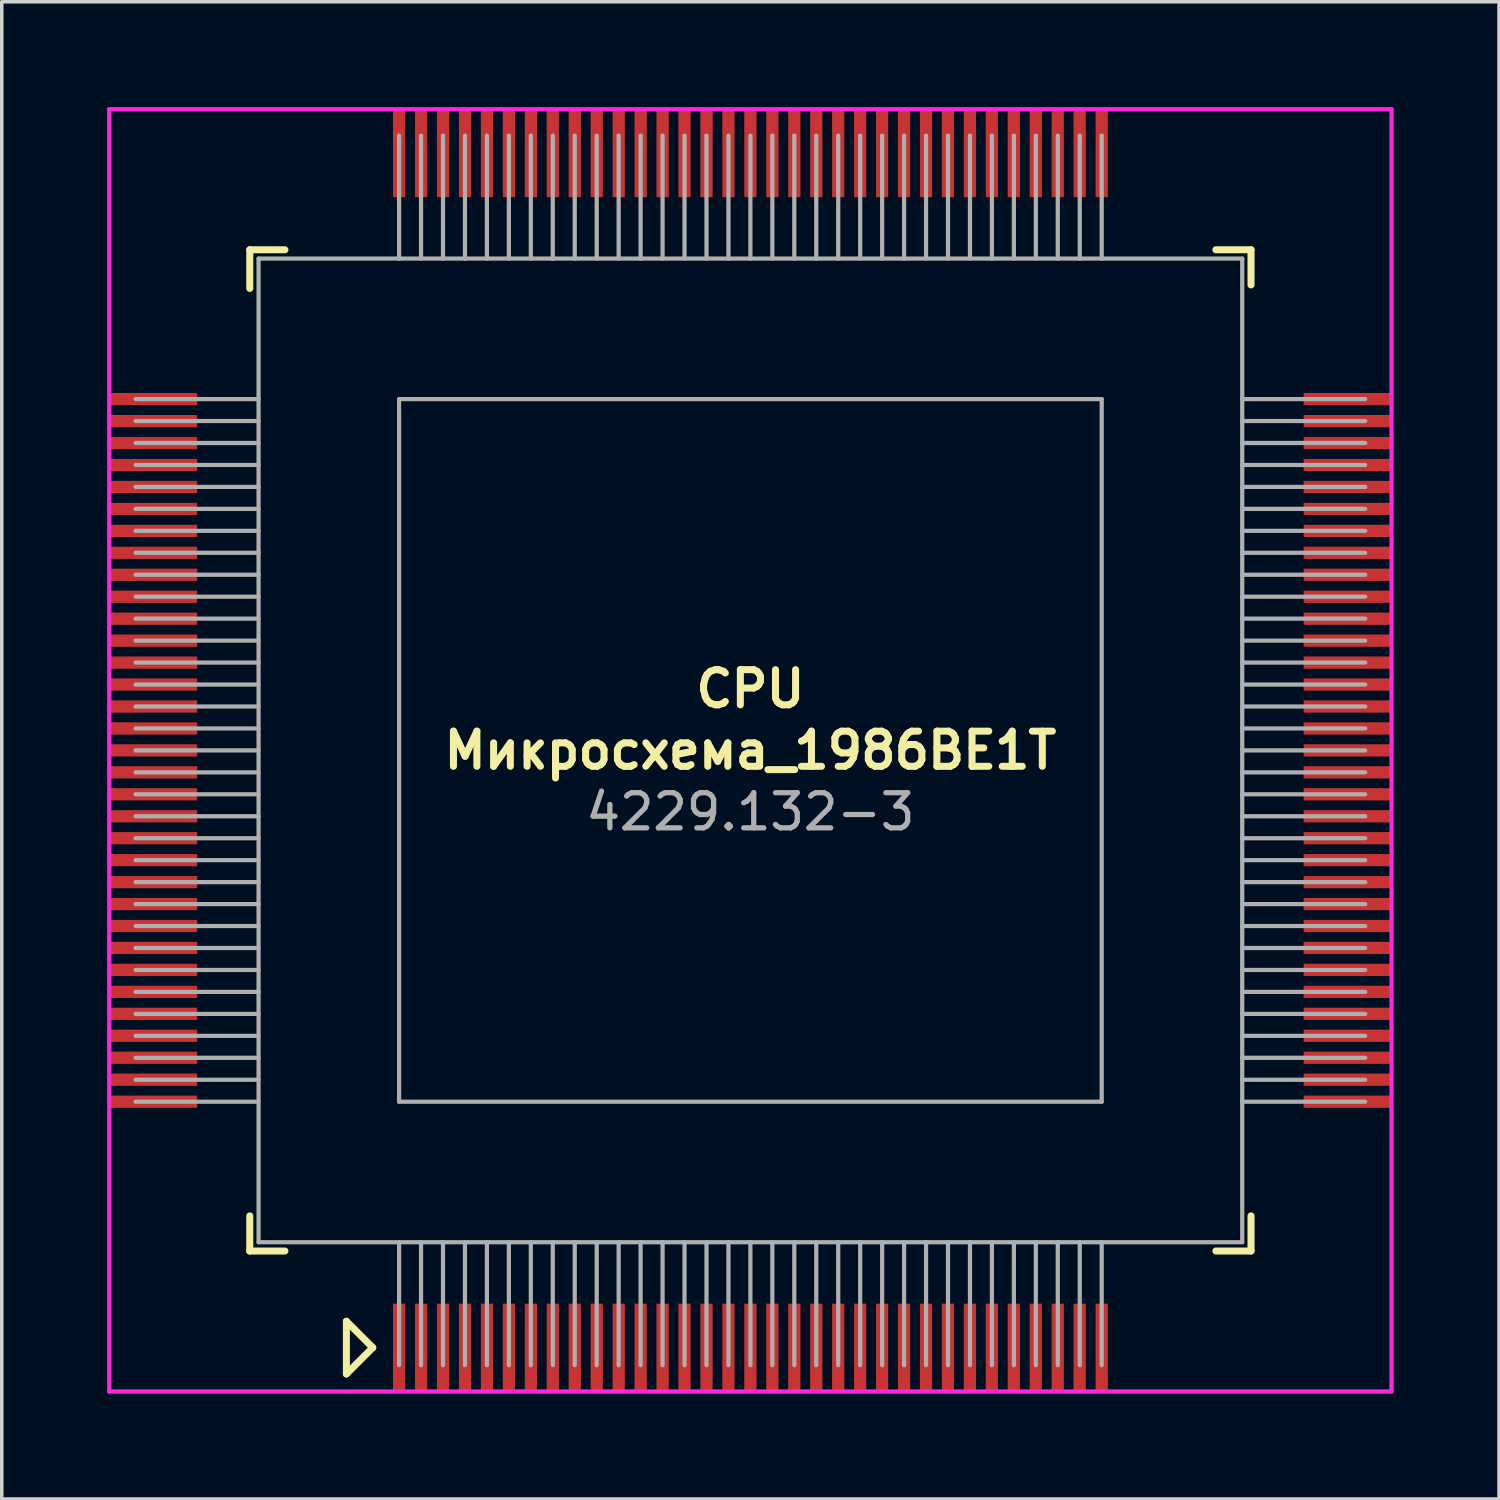
<source format=kicad_pcb>
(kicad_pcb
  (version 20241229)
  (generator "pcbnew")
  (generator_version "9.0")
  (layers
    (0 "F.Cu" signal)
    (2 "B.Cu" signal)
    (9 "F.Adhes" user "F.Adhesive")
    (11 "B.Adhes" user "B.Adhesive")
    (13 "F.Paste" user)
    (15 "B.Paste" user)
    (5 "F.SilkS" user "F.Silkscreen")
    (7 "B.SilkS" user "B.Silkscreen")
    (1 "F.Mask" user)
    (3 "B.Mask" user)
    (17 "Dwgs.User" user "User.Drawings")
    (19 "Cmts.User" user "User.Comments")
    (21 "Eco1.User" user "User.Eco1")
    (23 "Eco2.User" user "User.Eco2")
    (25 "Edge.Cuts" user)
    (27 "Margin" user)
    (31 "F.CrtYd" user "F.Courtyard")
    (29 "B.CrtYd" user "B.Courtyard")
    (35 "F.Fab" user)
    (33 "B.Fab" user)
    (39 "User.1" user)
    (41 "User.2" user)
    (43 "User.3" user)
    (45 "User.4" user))
  (footprint "Микросхема_1986ВЕ1Т"
    (layer "F.Cu")
    (at 18.31 18.31)
    (property "Reference" "Микросхема_1986ВЕ1Т" (at 0 0 0) (layer "F.SilkS") (effects (font (size 1 1) (thickness 0.2))))
    (attr smd)
    (fp_line (start -14.25 -14.25) (end -14.25 -13.15) (stroke (width 0.2) (type solid)) (layer "F.SilkS"))
    (fp_line (start -14.25 -14.25) (end -13.25 -14.25) (stroke (width 0.2) (type solid)) (layer "F.SilkS"))
    (fp_line (start -14.25 14.25) (end -14.25 13.25) (stroke (width 0.2) (type solid)) (layer "F.SilkS"))
    (fp_line (start -14.25 14.25) (end -13.25 14.25) (stroke (width 0.2) (type solid)) (layer "F.SilkS"))
    (fp_line (start -11.5 16.25) (end -11.5 17.75) (stroke (width 0.2) (type solid)) (layer "F.SilkS"))
    (fp_line (start -11.5 16.25) (end -10.75 17) (stroke (width 0.2) (type solid)) (layer "F.SilkS"))
    (fp_line (start -10.75 17) (end -11.5 17.75) (stroke (width 0.2) (type solid)) (layer "F.SilkS"))
    (fp_line (start 14.25 -14.25) (end 13.25 -14.25) (stroke (width 0.2) (type solid)) (layer "F.SilkS"))
    (fp_line (start 14.25 -14.25) (end 14.25 -13.25) (stroke (width 0.2) (type solid)) (layer "F.SilkS"))
    (fp_line (start 14.25 14.25) (end 13.25 14.25) (stroke (width 0.2) (type solid)) (layer "F.SilkS"))
    (fp_line (start 14.25 14.25) (end 14.25 13.25) (stroke (width 0.2) (type solid)) (layer "F.SilkS"))
    (fp_line (start -18.25 -18.25) (end -18.25 18.25) (stroke (width 0.12) (type solid)) (layer "F.CrtYd"))
    (fp_line (start -18.25 18.25) (end 18.25 18.25) (stroke (width 0.12) (type solid)) (layer "F.CrtYd"))
    (fp_line (start 18.25 -18.25) (end -18.25 -18.25) (stroke (width 0.12) (type solid)) (layer "F.CrtYd"))
    (fp_line (start 18.25 18.25) (end 18.25 -18.25) (stroke (width 0.12) (type solid)) (layer "F.CrtYd"))
    (fp_line (start -17.5 -10) (end -14 -10) (stroke (width 0.12) (type solid)) (layer "F.Fab"))
    (fp_line (start -17.5 -9.375) (end -14 -9.375) (stroke (width 0.12) (type solid)) (layer "F.Fab"))
    (fp_line (start -17.5 -8.75) (end -14 -8.75) (stroke (width 0.12) (type solid)) (layer "F.Fab"))
    (fp_line (start -17.5 -8.125) (end -14 -8.125) (stroke (width 0.12) (type solid)) (layer "F.Fab"))
    (fp_line (start -17.5 -7.5) (end -14 -7.5) (stroke (width 0.12) (type solid)) (layer "F.Fab"))
    (fp_line (start -17.5 -6.875) (end -14 -6.875) (stroke (width 0.12) (type solid)) (layer "F.Fab"))
    (fp_line (start -17.5 -6.25) (end -14 -6.25) (stroke (width 0.12) (type solid)) (layer "F.Fab"))
    (fp_line (start -17.5 -5.625) (end -14 -5.625) (stroke (width 0.12) (type solid)) (layer "F.Fab"))
    (fp_line (start -17.5 -5) (end -14 -5) (stroke (width 0.12) (type solid)) (layer "F.Fab"))
    (fp_line (start -17.5 -4.375) (end -14 -4.375) (stroke (width 0.12) (type solid)) (layer "F.Fab"))
    (fp_line (start -17.5 -3.75) (end -14 -3.75) (stroke (width 0.12) (type solid)) (layer "F.Fab"))
    (fp_line (start -17.5 -3.125) (end -14 -3.125) (stroke (width 0.12) (type solid)) (layer "F.Fab"))
    (fp_line (start -17.5 -2.5) (end -14 -2.5) (stroke (width 0.12) (type solid)) (layer "F.Fab"))
    (fp_line (start -17.5 -1.875) (end -14 -1.875) (stroke (width 0.12) (type solid)) (layer "F.Fab"))
    (fp_line (start -17.5 -1.25) (end -14 -1.25) (stroke (width 0.12) (type solid)) (layer "F.Fab"))
    (fp_line (start -17.5 -0.625) (end -14 -0.625) (stroke (width 0.12) (type solid)) (layer "F.Fab"))
    (fp_line (start -17.5 0) (end -14 0) (stroke (width 0.12) (type solid)) (layer "F.Fab"))
    (fp_line (start -17.5 0.625) (end -14 0.625) (stroke (width 0.12) (type solid)) (layer "F.Fab"))
    (fp_line (start -17.5 1.25) (end -14 1.25) (stroke (width 0.12) (type solid)) (layer "F.Fab"))
    (fp_line (start -17.5 1.875) (end -14 1.875) (stroke (width 0.12) (type solid)) (layer "F.Fab"))
    (fp_line (start -17.5 2.5) (end -14 2.5) (stroke (width 0.12) (type solid)) (layer "F.Fab"))
    (fp_line (start -17.5 3.125) (end -14 3.125) (stroke (width 0.12) (type solid)) (layer "F.Fab"))
    (fp_line (start -17.5 3.75) (end -14 3.75) (stroke (width 0.12) (type solid)) (layer "F.Fab"))
    (fp_line (start -17.5 4.375) (end -14 4.375) (stroke (width 0.12) (type solid)) (layer "F.Fab"))
    (fp_line (start -17.5 5) (end -14 5) (stroke (width 0.12) (type solid)) (layer "F.Fab"))
    (fp_line (start -17.5 5.625) (end -14 5.625) (stroke (width 0.12) (type solid)) (layer "F.Fab"))
    (fp_line (start -17.5 6.25) (end -14 6.25) (stroke (width 0.12) (type solid)) (layer "F.Fab"))
    (fp_line (start -17.5 6.875) (end -14 6.875) (stroke (width 0.12) (type solid)) (layer "F.Fab"))
    (fp_line (start -17.5 7.5) (end -14 7.5) (stroke (width 0.12) (type solid)) (layer "F.Fab"))
    (fp_line (start -17.5 8.125) (end -14 8.125) (stroke (width 0.12) (type solid)) (layer "F.Fab"))
    (fp_line (start -17.5 8.75) (end -14 8.75) (stroke (width 0.12) (type solid)) (layer "F.Fab"))
    (fp_line (start -17.5 9.375) (end -14 9.375) (stroke (width 0.12) (type solid)) (layer "F.Fab"))
    (fp_line (start -17.5 10) (end -14 10) (stroke (width 0.12) (type solid)) (layer "F.Fab"))
    (fp_line (start -14 -14) (end 14 -14) (stroke (width 0.12) (type solid)) (layer "F.Fab"))
    (fp_line (start -14 14) (end -14 -14) (stroke (width 0.12) (type solid)) (layer "F.Fab"))
    (fp_line (start -10 -17.5) (end -10 -14) (stroke (width 0.12) (type solid)) (layer "F.Fab"))
    (fp_line (start -10 -10) (end 10 -10) (stroke (width 0.12) (type solid)) (layer "F.Fab"))
    (fp_line (start -10 10) (end -10 -10) (stroke (width 0.12) (type solid)) (layer "F.Fab"))
    (fp_line (start -10 17.5) (end -10 14) (stroke (width 0.12) (type solid)) (layer "F.Fab"))
    (fp_line (start -9.375 -17.5) (end -9.375 -14) (stroke (width 0.12) (type solid)) (layer "F.Fab"))
    (fp_line (start -9.375 17.5) (end -9.375 14) (stroke (width 0.12) (type solid)) (layer "F.Fab"))
    (fp_line (start -8.75 -17.5) (end -8.75 -14) (stroke (width 0.12) (type solid)) (layer "F.Fab"))
    (fp_line (start -8.75 17.5) (end -8.75 14) (stroke (width 0.12) (type solid)) (layer "F.Fab"))
    (fp_line (start -8.125 -17.5) (end -8.125 -14) (stroke (width 0.12) (type solid)) (layer "F.Fab"))
    (fp_line (start -8.125 17.5) (end -8.125 14) (stroke (width 0.12) (type solid)) (layer "F.Fab"))
    (fp_line (start -7.5 -17.5) (end -7.5 -14) (stroke (width 0.12) (type solid)) (layer "F.Fab"))
    (fp_line (start -7.5 17.5) (end -7.5 14) (stroke (width 0.12) (type solid)) (layer "F.Fab"))
    (fp_line (start -6.875 -17.5) (end -6.875 -14) (stroke (width 0.12) (type solid)) (layer "F.Fab"))
    (fp_line (start -6.875 17.5) (end -6.875 14) (stroke (width 0.12) (type solid)) (layer "F.Fab"))
    (fp_line (start -6.25 -17.5) (end -6.25 -14) (stroke (width 0.12) (type solid)) (layer "F.Fab"))
    (fp_line (start -6.25 17.5) (end -6.25 14) (stroke (width 0.12) (type solid)) (layer "F.Fab"))
    (fp_line (start -5.625 -17.5) (end -5.625 -14) (stroke (width 0.12) (type solid)) (layer "F.Fab"))
    (fp_line (start -5.625 17.5) (end -5.625 14) (stroke (width 0.12) (type solid)) (layer "F.Fab"))
    (fp_line (start -5 -17.5) (end -5 -14) (stroke (width 0.12) (type solid)) (layer "F.Fab"))
    (fp_line (start -5 17.5) (end -5 14) (stroke (width 0.12) (type solid)) (layer "F.Fab"))
    (fp_line (start -4.375 -17.5) (end -4.375 -14) (stroke (width 0.12) (type solid)) (layer "F.Fab"))
    (fp_line (start -4.375 17.5) (end -4.375 14) (stroke (width 0.12) (type solid)) (layer "F.Fab"))
    (fp_line (start -3.75 -17.5) (end -3.75 -14) (stroke (width 0.12) (type solid)) (layer "F.Fab"))
    (fp_line (start -3.75 17.5) (end -3.75 14) (stroke (width 0.12) (type solid)) (layer "F.Fab"))
    (fp_line (start -3.125 -17.5) (end -3.125 -14) (stroke (width 0.12) (type solid)) (layer "F.Fab"))
    (fp_line (start -3.125 17.5) (end -3.125 14) (stroke (width 0.12) (type solid)) (layer "F.Fab"))
    (fp_line (start -2.5 -17.5) (end -2.5 -14) (stroke (width 0.12) (type solid)) (layer "F.Fab"))
    (fp_line (start -2.5 17.5) (end -2.5 14) (stroke (width 0.12) (type solid)) (layer "F.Fab"))
    (fp_line (start -1.875 -17.5) (end -1.875 -14) (stroke (width 0.12) (type solid)) (layer "F.Fab"))
    (fp_line (start -1.875 17.5) (end -1.875 14) (stroke (width 0.12) (type solid)) (layer "F.Fab"))
    (fp_line (start -1.25 -17.5) (end -1.25 -14) (stroke (width 0.12) (type solid)) (layer "F.Fab"))
    (fp_line (start -1.25 17.5) (end -1.25 14) (stroke (width 0.12) (type solid)) (layer "F.Fab"))
    (fp_line (start -0.625 -17.5) (end -0.625 -14) (stroke (width 0.12) (type solid)) (layer "F.Fab"))
    (fp_line (start -0.625 17.5) (end -0.625 14) (stroke (width 0.12) (type solid)) (layer "F.Fab"))
    (fp_line (start 0 -17.5) (end 0 -14) (stroke (width 0.12) (type solid)) (layer "F.Fab"))
    (fp_line (start 0 17.5) (end 0 14) (stroke (width 0.12) (type solid)) (layer "F.Fab"))
    (fp_line (start 0.625 -17.5) (end 0.625 -14) (stroke (width 0.12) (type solid)) (layer "F.Fab"))
    (fp_line (start 0.625 17.5) (end 0.625 14) (stroke (width 0.12) (type solid)) (layer "F.Fab"))
    (fp_line (start 1.25 -17.5) (end 1.25 -14) (stroke (width 0.12) (type solid)) (layer "F.Fab"))
    (fp_line (start 1.25 17.5) (end 1.25 14) (stroke (width 0.12) (type solid)) (layer "F.Fab"))
    (fp_line (start 1.875 -17.5) (end 1.875 -14) (stroke (width 0.12) (type solid)) (layer "F.Fab"))
    (fp_line (start 1.875 17.5) (end 1.875 14) (stroke (width 0.12) (type solid)) (layer "F.Fab"))
    (fp_line (start 2.5 -17.5) (end 2.5 -14) (stroke (width 0.12) (type solid)) (layer "F.Fab"))
    (fp_line (start 2.5 17.5) (end 2.5 14) (stroke (width 0.12) (type solid)) (layer "F.Fab"))
    (fp_line (start 3.125 -17.5) (end 3.125 -14) (stroke (width 0.12) (type solid)) (layer "F.Fab"))
    (fp_line (start 3.125 17.5) (end 3.125 14) (stroke (width 0.12) (type solid)) (layer "F.Fab"))
    (fp_line (start 3.75 -17.5) (end 3.75 -14) (stroke (width 0.12) (type solid)) (layer "F.Fab"))
    (fp_line (start 3.75 17.5) (end 3.75 14) (stroke (width 0.12) (type solid)) (layer "F.Fab"))
    (fp_line (start 4.375 -17.5) (end 4.375 -14) (stroke (width 0.12) (type solid)) (layer "F.Fab"))
    (fp_line (start 4.375 17.5) (end 4.375 14) (stroke (width 0.12) (type solid)) (layer "F.Fab"))
    (fp_line (start 5 -17.5) (end 5 -14) (stroke (width 0.12) (type solid)) (layer "F.Fab"))
    (fp_line (start 5 17.5) (end 5 14) (stroke (width 0.12) (type solid)) (layer "F.Fab"))
    (fp_line (start 5.625 -17.5) (end 5.625 -14) (stroke (width 0.12) (type solid)) (layer "F.Fab"))
    (fp_line (start 5.625 17.5) (end 5.625 14) (stroke (width 0.12) (type solid)) (layer "F.Fab"))
    (fp_line (start 6.25 -17.5) (end 6.25 -14) (stroke (width 0.12) (type solid)) (layer "F.Fab"))
    (fp_line (start 6.25 17.5) (end 6.25 14) (stroke (width 0.12) (type solid)) (layer "F.Fab"))
    (fp_line (start 6.875 -17.5) (end 6.875 -14) (stroke (width 0.12) (type solid)) (layer "F.Fab"))
    (fp_line (start 6.875 17.5) (end 6.875 14) (stroke (width 0.12) (type solid)) (layer "F.Fab"))
    (fp_line (start 7.5 -17.5) (end 7.5 -14) (stroke (width 0.12) (type solid)) (layer "F.Fab"))
    (fp_line (start 7.5 17.5) (end 7.5 14) (stroke (width 0.12) (type solid)) (layer "F.Fab"))
    (fp_line (start 8.125 -17.5) (end 8.125 -14) (stroke (width 0.12) (type solid)) (layer "F.Fab"))
    (fp_line (start 8.125 17.5) (end 8.125 14) (stroke (width 0.12) (type solid)) (layer "F.Fab"))
    (fp_line (start 8.75 -17.5) (end 8.75 -14) (stroke (width 0.12) (type solid)) (layer "F.Fab"))
    (fp_line (start 8.75 17.5) (end 8.75 14) (stroke (width 0.12) (type solid)) (layer "F.Fab"))
    (fp_line (start 9.375 -17.5) (end 9.375 -14) (stroke (width 0.12) (type solid)) (layer "F.Fab"))
    (fp_line (start 9.375 17.5) (end 9.375 14) (stroke (width 0.12) (type solid)) (layer "F.Fab"))
    (fp_line (start 10 -17.5) (end 10 -14) (stroke (width 0.12) (type solid)) (layer "F.Fab"))
    (fp_line (start 10 -10) (end 10 10) (stroke (width 0.12) (type solid)) (layer "F.Fab"))
    (fp_line (start 10 10) (end -10 10) (stroke (width 0.12) (type solid)) (layer "F.Fab"))
    (fp_line (start 10 17.5) (end 10 14) (stroke (width 0.12) (type solid)) (layer "F.Fab"))
    (fp_line (start 14 -14) (end 14 14) (stroke (width 0.12) (type solid)) (layer "F.Fab"))
    (fp_line (start 14 14) (end -14 14) (stroke (width 0.12) (type solid)) (layer "F.Fab"))
    (fp_line (start 17.5 -10) (end 14 -10) (stroke (width 0.12) (type solid)) (layer "F.Fab"))
    (fp_line (start 17.5 -9.375) (end 14 -9.375) (stroke (width 0.12) (type solid)) (layer "F.Fab"))
    (fp_line (start 17.5 -8.75) (end 14 -8.75) (stroke (width 0.12) (type solid)) (layer "F.Fab"))
    (fp_line (start 17.5 -8.125) (end 14 -8.125) (stroke (width 0.12) (type solid)) (layer "F.Fab"))
    (fp_line (start 17.5 -7.5) (end 14 -7.5) (stroke (width 0.12) (type solid)) (layer "F.Fab"))
    (fp_line (start 17.5 -6.875) (end 14 -6.875) (stroke (width 0.12) (type solid)) (layer "F.Fab"))
    (fp_line (start 17.5 -6.25) (end 14 -6.25) (stroke (width 0.12) (type solid)) (layer "F.Fab"))
    (fp_line (start 17.5 -5.625) (end 14 -5.625) (stroke (width 0.12) (type solid)) (layer "F.Fab"))
    (fp_line (start 17.5 -5) (end 14 -5) (stroke (width 0.12) (type solid)) (layer "F.Fab"))
    (fp_line (start 17.5 -4.375) (end 14 -4.375) (stroke (width 0.12) (type solid)) (layer "F.Fab"))
    (fp_line (start 17.5 -3.75) (end 14 -3.75) (stroke (width 0.12) (type solid)) (layer "F.Fab"))
    (fp_line (start 17.5 -3.125) (end 14 -3.125) (stroke (width 0.12) (type solid)) (layer "F.Fab"))
    (fp_line (start 17.5 -2.5) (end 14 -2.5) (stroke (width 0.12) (type solid)) (layer "F.Fab"))
    (fp_line (start 17.5 -1.875) (end 14 -1.875) (stroke (width 0.12) (type solid)) (layer "F.Fab"))
    (fp_line (start 17.5 -1.25) (end 14 -1.25) (stroke (width 0.12) (type solid)) (layer "F.Fab"))
    (fp_line (start 17.5 -0.625) (end 14 -0.625) (stroke (width 0.12) (type solid)) (layer "F.Fab"))
    (fp_line (start 17.5 0) (end 14 0) (stroke (width 0.12) (type solid)) (layer "F.Fab"))
    (fp_line (start 17.5 0.625) (end 14 0.625) (stroke (width 0.12) (type solid)) (layer "F.Fab"))
    (fp_line (start 17.5 1.25) (end 14 1.25) (stroke (width 0.12) (type solid)) (layer "F.Fab"))
    (fp_line (start 17.5 1.875) (end 14 1.875) (stroke (width 0.12) (type solid)) (layer "F.Fab"))
    (fp_line (start 17.5 2.5) (end 14 2.5) (stroke (width 0.12) (type solid)) (layer "F.Fab"))
    (fp_line (start 17.5 3.125) (end 14 3.125) (stroke (width 0.12) (type solid)) (layer "F.Fab"))
    (fp_line (start 17.5 3.75) (end 14 3.75) (stroke (width 0.12) (type solid)) (layer "F.Fab"))
    (fp_line (start 17.5 4.375) (end 14 4.375) (stroke (width 0.12) (type solid)) (layer "F.Fab"))
    (fp_line (start 17.5 5) (end 14 5) (stroke (width 0.12) (type solid)) (layer "F.Fab"))
    (fp_line (start 17.5 5.625) (end 14 5.625) (stroke (width 0.12) (type solid)) (layer "F.Fab"))
    (fp_line (start 17.5 6.25) (end 14 6.25) (stroke (width 0.12) (type solid)) (layer "F.Fab"))
    (fp_line (start 17.5 6.875) (end 14 6.875) (stroke (width 0.12) (type solid)) (layer "F.Fab"))
    (fp_line (start 17.5 7.5) (end 14 7.5) (stroke (width 0.12) (type solid)) (layer "F.Fab"))
    (fp_line (start 17.5 8.125) (end 14 8.125) (stroke (width 0.12) (type solid)) (layer "F.Fab"))
    (fp_line (start 17.5 8.75) (end 14 8.75) (stroke (width 0.12) (type solid)) (layer "F.Fab"))
    (fp_line (start 17.5 9.375) (end 14 9.375) (stroke (width 0.12) (type solid)) (layer "F.Fab"))
    (fp_line (start 17.5 10) (end 14 10) (stroke (width 0.12) (type solid)) (layer "F.Fab"))
    (fp_text user "CPU" (at 0 -1.75 0) (layer "F.SilkS") (effects (font (size 1 1) (thickness 0.2))))
    (fp_text user "4229.132-3" (at 0 1.75 0) (layer "F.Fab") (effects (font (size 1 1) (thickness 0.15))))
    (pad "1" smd rect (at -10 16.998) (size 0.348 2.499) (layers "F.Cu" "F.Mask" "F.Paste"))
    (pad "2" smd rect (at -9.373 16.998) (size 0.348 2.499) (layers "F.Cu" "F.Mask" "F.Paste"))
    (pad "3" smd rect (at -8.748 16.998) (size 0.348 2.499) (layers "F.Cu" "F.Mask" "F.Paste"))
    (pad "4" smd rect (at -8.123 16.998) (size 0.348 2.499) (layers "F.Cu" "F.Mask" "F.Paste"))
    (pad "5" smd rect (at -7.498 16.998) (size 0.348 2.499) (layers "F.Cu" "F.Mask" "F.Paste"))
    (pad "6" smd rect (at -6.873 16.998) (size 0.348 2.499) (layers "F.Cu" "F.Mask" "F.Paste"))
    (pad "7" smd rect (at -6.248 16.998) (size 0.348 2.499) (layers "F.Cu" "F.Mask" "F.Paste"))
    (pad "8" smd rect (at -5.624 16.998) (size 0.348 2.499) (layers "F.Cu" "F.Mask" "F.Paste"))
    (pad "9" smd rect (at -4.999 16.998) (size 0.348 2.499) (layers "F.Cu" "F.Mask" "F.Paste"))
    (pad "10" smd rect (at -4.374 16.998) (size 0.348 2.499) (layers "F.Cu" "F.Mask" "F.Paste"))
    (pad "11" smd rect (at -3.749 16.998) (size 0.348 2.499) (layers "F.Cu" "F.Mask" "F.Paste"))
    (pad "12" smd rect (at -3.124 16.998) (size 0.348 2.499) (layers "F.Cu" "F.Mask" "F.Paste"))
    (pad "13" smd rect (at -2.499 16.998) (size 0.348 2.499) (layers "F.Cu" "F.Mask" "F.Paste"))
    (pad "14" smd rect (at -1.875 16.998) (size 0.348 2.499) (layers "F.Cu" "F.Mask" "F.Paste"))
    (pad "15" smd rect (at -1.25 16.998) (size 0.348 2.499) (layers "F.Cu" "F.Mask" "F.Paste"))
    (pad "16" smd rect (at -0.625 16.998) (size 0.348 2.499) (layers "F.Cu" "F.Mask" "F.Paste"))
    (pad "17" smd rect (at 0 16.998) (size 0.348 2.499) (layers "F.Cu" "F.Mask" "F.Paste"))
    (pad "18" smd rect (at 0.625 16.998) (size 0.348 2.499) (layers "F.Cu" "F.Mask" "F.Paste"))
    (pad "19" smd rect (at 1.25 16.998) (size 0.348 2.499) (layers "F.Cu" "F.Mask" "F.Paste"))
    (pad "20" smd rect (at 1.875 16.998) (size 0.348 2.499) (layers "F.Cu" "F.Mask" "F.Paste"))
    (pad "21" smd rect (at 2.499 16.998) (size 0.348 2.499) (layers "F.Cu" "F.Mask" "F.Paste"))
    (pad "22" smd rect (at 3.124 16.998) (size 0.348 2.499) (layers "F.Cu" "F.Mask" "F.Paste"))
    (pad "23" smd rect (at 3.749 16.998) (size 0.348 2.499) (layers "F.Cu" "F.Mask" "F.Paste"))
    (pad "24" smd rect (at 4.374 16.998) (size 0.348 2.499) (layers "F.Cu" "F.Mask" "F.Paste"))
    (pad "25" smd rect (at 4.999 16.998) (size 0.348 2.499) (layers "F.Cu" "F.Mask" "F.Paste"))
    (pad "26" smd rect (at 5.624 16.998) (size 0.348 2.499) (layers "F.Cu" "F.Mask" "F.Paste"))
    (pad "27" smd rect (at 6.248 16.998) (size 0.348 2.499) (layers "F.Cu" "F.Mask" "F.Paste"))
    (pad "28" smd rect (at 6.873 16.998) (size 0.348 2.499) (layers "F.Cu" "F.Mask" "F.Paste"))
    (pad "29" smd rect (at 7.498 16.998) (size 0.348 2.499) (layers "F.Cu" "F.Mask" "F.Paste"))
    (pad "30" smd rect (at 8.123 16.998) (size 0.348 2.499) (layers "F.Cu" "F.Mask" "F.Paste"))
    (pad "31" smd rect (at 8.748 16.998) (size 0.348 2.499) (layers "F.Cu" "F.Mask" "F.Paste"))
    (pad "32" smd rect (at 9.373 16.998) (size 0.348 2.499) (layers "F.Cu" "F.Mask" "F.Paste"))
    (pad "33" smd rect (at 10 16.998) (size 0.348 2.499) (layers "F.Cu" "F.Mask" "F.Paste"))
    (pad "34" smd rect (at 16.998 10 90) (size 0.348 2.499) (layers "F.Cu" "F.Mask" "F.Paste"))
    (pad "35" smd rect (at 16.998 9.373 90) (size 0.348 2.499) (layers "F.Cu" "F.Mask" "F.Paste"))
    (pad "36" smd rect (at 16.998 8.748 90) (size 0.348 2.499) (layers "F.Cu" "F.Mask" "F.Paste"))
    (pad "37" smd rect (at 16.998 8.123 90) (size 0.348 2.499) (layers "F.Cu" "F.Mask" "F.Paste"))
    (pad "38" smd rect (at 16.998 7.498 90) (size 0.348 2.499) (layers "F.Cu" "F.Mask" "F.Paste"))
    (pad "39" smd rect (at 16.998 6.873 90) (size 0.348 2.499) (layers "F.Cu" "F.Mask" "F.Paste"))
    (pad "40" smd rect (at 16.998 6.248 90) (size 0.348 2.499) (layers "F.Cu" "F.Mask" "F.Paste"))
    (pad "41" smd rect (at 16.998 5.624 90) (size 0.348 2.499) (layers "F.Cu" "F.Mask" "F.Paste"))
    (pad "42" smd rect (at 16.998 4.999 90) (size 0.348 2.499) (layers "F.Cu" "F.Mask" "F.Paste"))
    (pad "43" smd rect (at 16.998 4.374 90) (size 0.348 2.499) (layers "F.Cu" "F.Mask" "F.Paste"))
    (pad "44" smd rect (at 16.998 3.749 90) (size 0.348 2.499) (layers "F.Cu" "F.Mask" "F.Paste"))
    (pad "45" smd rect (at 16.998 3.124 90) (size 0.348 2.499) (layers "F.Cu" "F.Mask" "F.Paste"))
    (pad "46" smd rect (at 16.998 2.499 90) (size 0.348 2.499) (layers "F.Cu" "F.Mask" "F.Paste"))
    (pad "47" smd rect (at 16.998 1.875 90) (size 0.348 2.499) (layers "F.Cu" "F.Mask" "F.Paste"))
    (pad "48" smd rect (at 16.998 1.25 90) (size 0.348 2.499) (layers "F.Cu" "F.Mask" "F.Paste"))
    (pad "49" smd rect (at 16.998 0.625 90) (size 0.348 2.499) (layers "F.Cu" "F.Mask" "F.Paste"))
    (pad "50" smd rect (at 16.998 0 90) (size 0.348 2.499) (layers "F.Cu" "F.Mask" "F.Paste"))
    (pad "51" smd rect (at 16.998 -0.625 90) (size 0.348 2.499) (layers "F.Cu" "F.Mask" "F.Paste"))
    (pad "52" smd rect (at 16.998 -1.25 90) (size 0.348 2.499) (layers "F.Cu" "F.Mask" "F.Paste"))
    (pad "53" smd rect (at 16.998 -1.875 90) (size 0.348 2.499) (layers "F.Cu" "F.Mask" "F.Paste"))
    (pad "54" smd rect (at 16.998 -2.499 90) (size 0.348 2.499) (layers "F.Cu" "F.Mask" "F.Paste"))
    (pad "55" smd rect (at 16.998 -3.124 90) (size 0.348 2.499) (layers "F.Cu" "F.Mask" "F.Paste"))
    (pad "56" smd rect (at 16.998 -3.749 90) (size 0.348 2.499) (layers "F.Cu" "F.Mask" "F.Paste"))
    (pad "57" smd rect (at 16.998 -4.374 90) (size 0.348 2.499) (layers "F.Cu" "F.Mask" "F.Paste"))
    (pad "58" smd rect (at 16.998 -4.999 90) (size 0.348 2.499) (layers "F.Cu" "F.Mask" "F.Paste"))
    (pad "59" smd rect (at 16.998 -5.624 90) (size 0.348 2.499) (layers "F.Cu" "F.Mask" "F.Paste"))
    (pad "60" smd rect (at 16.998 -6.248 90) (size 0.348 2.499) (layers "F.Cu" "F.Mask" "F.Paste"))
    (pad "61" smd rect (at 16.998 -6.873 90) (size 0.348 2.499) (layers "F.Cu" "F.Mask" "F.Paste"))
    (pad "62" smd rect (at 16.998 -7.498 90) (size 0.348 2.499) (layers "F.Cu" "F.Mask" "F.Paste"))
    (pad "63" smd rect (at 16.998 -8.123 90) (size 0.348 2.499) (layers "F.Cu" "F.Mask" "F.Paste"))
    (pad "64" smd rect (at 16.998 -8.748 90) (size 0.348 2.499) (layers "F.Cu" "F.Mask" "F.Paste"))
    (pad "65" smd rect (at 16.998 -9.373 90) (size 0.348 2.499) (layers "F.Cu" "F.Mask" "F.Paste"))
    (pad "66" smd rect (at 16.998 -10 90) (size 0.348 2.499) (layers "F.Cu" "F.Mask" "F.Paste"))
    (pad "67" smd rect (at 10 -16.998 180) (size 0.348 2.499) (layers "F.Cu" "F.Mask" "F.Paste"))
    (pad "68" smd rect (at 9.373 -16.998 180) (size 0.348 2.499) (layers "F.Cu" "F.Mask" "F.Paste"))
    (pad "69" smd rect (at 8.748 -16.998 180) (size 0.348 2.499) (layers "F.Cu" "F.Mask" "F.Paste"))
    (pad "70" smd rect (at 8.123 -16.998 180) (size 0.348 2.499) (layers "F.Cu" "F.Mask" "F.Paste"))
    (pad "71" smd rect (at 7.498 -16.998 180) (size 0.348 2.499) (layers "F.Cu" "F.Mask" "F.Paste"))
    (pad "72" smd rect (at 6.873 -16.998 180) (size 0.348 2.499) (layers "F.Cu" "F.Mask" "F.Paste"))
    (pad "73" smd rect (at 6.248 -16.998 180) (size 0.348 2.499) (layers "F.Cu" "F.Mask" "F.Paste"))
    (pad "74" smd rect (at 5.624 -16.998 180) (size 0.348 2.499) (layers "F.Cu" "F.Mask" "F.Paste"))
    (pad "75" smd rect (at 4.999 -16.998 180) (size 0.348 2.499) (layers "F.Cu" "F.Mask" "F.Paste"))
    (pad "76" smd rect (at 4.374 -16.998 180) (size 0.348 2.499) (layers "F.Cu" "F.Mask" "F.Paste"))
    (pad "77" smd rect (at 3.749 -16.998 180) (size 0.348 2.499) (layers "F.Cu" "F.Mask" "F.Paste"))
    (pad "78" smd rect (at 3.124 -16.998 180) (size 0.348 2.499) (layers "F.Cu" "F.Mask" "F.Paste"))
    (pad "79" smd rect (at 2.499 -16.998 180) (size 0.348 2.499) (layers "F.Cu" "F.Mask" "F.Paste"))
    (pad "80" smd rect (at 1.875 -16.998 180) (size 0.348 2.499) (layers "F.Cu" "F.Mask" "F.Paste"))
    (pad "81" smd rect (at 1.25 -16.998 180) (size 0.348 2.499) (layers "F.Cu" "F.Mask" "F.Paste"))
    (pad "82" smd rect (at 0.625 -16.998 180) (size 0.348 2.499) (layers "F.Cu" "F.Mask" "F.Paste"))
    (pad "83" smd rect (at 0 -16.998 180) (size 0.348 2.499) (layers "F.Cu" "F.Mask" "F.Paste"))
    (pad "84" smd rect (at -0.625 -16.998 180) (size 0.348 2.499) (layers "F.Cu" "F.Mask" "F.Paste"))
    (pad "85" smd rect (at -1.25 -16.998 180) (size 0.348 2.499) (layers "F.Cu" "F.Mask" "F.Paste"))
    (pad "86" smd rect (at -1.875 -16.998 180) (size 0.348 2.499) (layers "F.Cu" "F.Mask" "F.Paste"))
    (pad "87" smd rect (at -2.499 -16.998 180) (size 0.348 2.499) (layers "F.Cu" "F.Mask" "F.Paste"))
    (pad "88" smd rect (at -3.124 -16.998 180) (size 0.348 2.499) (layers "F.Cu" "F.Mask" "F.Paste"))
    (pad "89" smd rect (at -3.749 -16.998 180) (size 0.348 2.499) (layers "F.Cu" "F.Mask" "F.Paste"))
    (pad "90" smd rect (at -4.374 -16.998 180) (size 0.348 2.499) (layers "F.Cu" "F.Mask" "F.Paste"))
    (pad "91" smd rect (at -4.999 -16.998 180) (size 0.348 2.499) (layers "F.Cu" "F.Mask" "F.Paste"))
    (pad "92" smd rect (at -5.624 -16.998 180) (size 0.348 2.499) (layers "F.Cu" "F.Mask" "F.Paste"))
    (pad "93" smd rect (at -6.248 -16.998 180) (size 0.348 2.499) (layers "F.Cu" "F.Mask" "F.Paste"))
    (pad "94" smd rect (at -6.873 -16.998 180) (size 0.348 2.499) (layers "F.Cu" "F.Mask" "F.Paste"))
    (pad "95" smd rect (at -7.498 -16.998 180) (size 0.348 2.499) (layers "F.Cu" "F.Mask" "F.Paste"))
    (pad "96" smd rect (at -8.123 -16.998 180) (size 0.348 2.499) (layers "F.Cu" "F.Mask" "F.Paste"))
    (pad "97" smd rect (at -8.748 -16.998 180) (size 0.348 2.499) (layers "F.Cu" "F.Mask" "F.Paste"))
    (pad "98" smd rect (at -9.373 -16.998 180) (size 0.348 2.499) (layers "F.Cu" "F.Mask" "F.Paste"))
    (pad "99" smd rect (at -10 -16.998 180) (size 0.348 2.499) (layers "F.Cu" "F.Mask" "F.Paste"))
    (pad "100" smd rect (at -16.998 -10 270) (size 0.348 2.499) (layers "F.Cu" "F.Mask" "F.Paste"))
    (pad "101" smd rect (at -16.998 -9.373 270) (size 0.348 2.499) (layers "F.Cu" "F.Mask" "F.Paste"))
    (pad "102" smd rect (at -16.998 -8.748 270) (size 0.348 2.499) (layers "F.Cu" "F.Mask" "F.Paste"))
    (pad "103" smd rect (at -16.998 -8.123 270) (size 0.348 2.499) (layers "F.Cu" "F.Mask" "F.Paste"))
    (pad "104" smd rect (at -16.998 -7.498 270) (size 0.348 2.499) (layers "F.Cu" "F.Mask" "F.Paste"))
    (pad "105" smd rect (at -16.998 -6.873 270) (size 0.348 2.499) (layers "F.Cu" "F.Mask" "F.Paste"))
    (pad "106" smd rect (at -16.998 -6.248 270) (size 0.348 2.499) (layers "F.Cu" "F.Mask" "F.Paste"))
    (pad "107" smd rect (at -16.998 -5.624 270) (size 0.348 2.499) (layers "F.Cu" "F.Mask" "F.Paste"))
    (pad "108" smd rect (at -16.998 -4.999 270) (size 0.348 2.499) (layers "F.Cu" "F.Mask" "F.Paste"))
    (pad "109" smd rect (at -16.998 -4.374 270) (size 0.348 2.499) (layers "F.Cu" "F.Mask" "F.Paste"))
    (pad "110" smd rect (at -16.998 -3.749 270) (size 0.348 2.499) (layers "F.Cu" "F.Mask" "F.Paste"))
    (pad "111" smd rect (at -16.998 -3.124 270) (size 0.348 2.499) (layers "F.Cu" "F.Mask" "F.Paste"))
    (pad "112" smd rect (at -16.998 -2.499 270) (size 0.348 2.499) (layers "F.Cu" "F.Mask" "F.Paste"))
    (pad "113" smd rect (at -16.998 -1.875 270) (size 0.348 2.499) (layers "F.Cu" "F.Mask" "F.Paste"))
    (pad "114" smd rect (at -16.998 -1.25 270) (size 0.348 2.499) (layers "F.Cu" "F.Mask" "F.Paste"))
    (pad "115" smd rect (at -16.998 -0.625 270) (size 0.348 2.499) (layers "F.Cu" "F.Mask" "F.Paste"))
    (pad "116" smd rect (at -16.998 0 270) (size 0.348 2.499) (layers "F.Cu" "F.Mask" "F.Paste"))
    (pad "117" smd rect (at -16.998 0.625 270) (size 0.348 2.499) (layers "F.Cu" "F.Mask" "F.Paste"))
    (pad "118" smd rect (at -16.998 1.25 270) (size 0.348 2.499) (layers "F.Cu" "F.Mask" "F.Paste"))
    (pad "119" smd rect (at -16.998 1.875 270) (size 0.348 2.499) (layers "F.Cu" "F.Mask" "F.Paste"))
    (pad "120" smd rect (at -16.998 2.499 270) (size 0.348 2.499) (layers "F.Cu" "F.Mask" "F.Paste"))
    (pad "121" smd rect (at -16.998 3.124 270) (size 0.348 2.499) (layers "F.Cu" "F.Mask" "F.Paste"))
    (pad "122" smd rect (at -16.998 3.749 270) (size 0.348 2.499) (layers "F.Cu" "F.Mask" "F.Paste"))
    (pad "123" smd rect (at -16.998 4.374 270) (size 0.348 2.499) (layers "F.Cu" "F.Mask" "F.Paste"))
    (pad "124" smd rect (at -16.998 4.999 270) (size 0.348 2.499) (layers "F.Cu" "F.Mask" "F.Paste"))
    (pad "125" smd rect (at -16.998 5.624 270) (size 0.348 2.499) (layers "F.Cu" "F.Mask" "F.Paste"))
    (pad "126" smd rect (at -16.998 6.248 270) (size 0.348 2.499) (layers "F.Cu" "F.Mask" "F.Paste"))
    (pad "127" smd rect (at -16.998 6.873 270) (size 0.348 2.499) (layers "F.Cu" "F.Mask" "F.Paste"))
    (pad "128" smd rect (at -16.998 7.498 270) (size 0.348 2.499) (layers "F.Cu" "F.Mask" "F.Paste"))
    (pad "129" smd rect (at -16.998 8.123 270) (size 0.348 2.499) (layers "F.Cu" "F.Mask" "F.Paste"))
    (pad "130" smd rect (at -16.998 8.748 270) (size 0.348 2.499) (layers "F.Cu" "F.Mask" "F.Paste"))
    (pad "131" smd rect (at -16.998 9.373 270) (size 0.348 2.499) (layers "F.Cu" "F.Mask" "F.Paste"))
    (pad "132" smd rect (at -16.998 10 270) (size 0.348 2.499) (layers "F.Cu" "F.Mask" "F.Paste")))
  (gr_rect
    (start -3 -3)
    (end 39.62 39.62)
    (stroke (width 0.1) (type default))
    (fill no)
    (layer "Edge.Cuts")))
</source>
